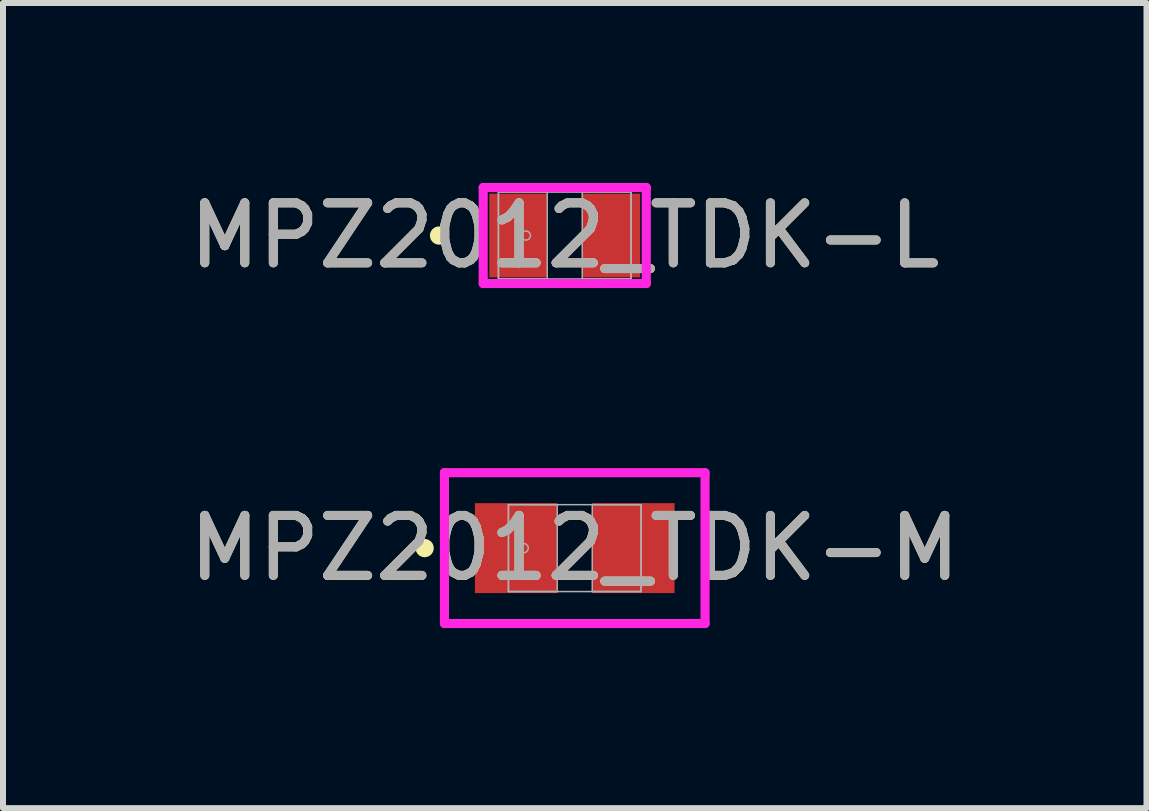
<source format=kicad_pcb>
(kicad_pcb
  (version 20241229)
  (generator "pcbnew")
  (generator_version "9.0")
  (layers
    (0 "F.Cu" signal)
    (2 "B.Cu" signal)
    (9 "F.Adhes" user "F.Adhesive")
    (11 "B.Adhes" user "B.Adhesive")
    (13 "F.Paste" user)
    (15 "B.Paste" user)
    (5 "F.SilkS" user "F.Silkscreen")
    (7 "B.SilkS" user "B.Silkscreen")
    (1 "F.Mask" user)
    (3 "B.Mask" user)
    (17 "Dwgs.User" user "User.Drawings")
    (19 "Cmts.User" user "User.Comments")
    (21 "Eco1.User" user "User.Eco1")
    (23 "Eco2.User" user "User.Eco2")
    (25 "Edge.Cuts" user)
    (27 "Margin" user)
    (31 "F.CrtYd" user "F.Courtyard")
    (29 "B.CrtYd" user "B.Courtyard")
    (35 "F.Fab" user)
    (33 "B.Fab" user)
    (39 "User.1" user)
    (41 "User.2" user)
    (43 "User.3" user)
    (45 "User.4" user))
  (footprint "MPZ2012_TDK-L"
    (layer "F.Cu")
    (at 6.363 0.876)
    (property "Reference" "MPZ2012_TDK-L" (at 0 0 0) (unlocked yes) (layer "F.SilkS") (effects (font (size 1 1) (thickness 0.15))))
    (attr smd)
    (fp_circle (center -2.095 0) (end -2.019 0) (stroke (width 0.152) (type solid)) (fill no) (layer "F.SilkS"))
    (fp_line (start -1.359 -0.8) (end 1.359 -0.8) (stroke (width 0.152) (type solid)) (layer "F.CrtYd"))
    (fp_line (start -1.359 0.8) (end -1.359 -0.8) (stroke (width 0.152) (type solid)) (layer "F.CrtYd"))
    (fp_line (start 1.359 -0.8) (end 1.359 0.8) (stroke (width 0.152) (type solid)) (layer "F.CrtYd"))
    (fp_line (start 1.359 0.8) (end -1.359 0.8) (stroke (width 0.152) (type solid)) (layer "F.CrtYd"))
    (fp_line (start -1.105 -0.724) (end -1.105 0.724) (stroke (width 0.025) (type solid)) (layer "F.Fab"))
    (fp_line (start -1.105 -0.724) (end -1.105 0.724) (stroke (width 0.025) (type solid)) (layer "F.Fab"))
    (fp_line (start -1.105 0.724) (end -0.292 0.724) (stroke (width 0.025) (type solid)) (layer "F.Fab"))
    (fp_line (start -1.105 0.724) (end 1.105 0.724) (stroke (width 0.025) (type solid)) (layer "F.Fab"))
    (fp_line (start -0.292 -0.724) (end -1.105 -0.724) (stroke (width 0.025) (type solid)) (layer "F.Fab"))
    (fp_line (start -0.292 0.724) (end -0.292 -0.724) (stroke (width 0.025) (type solid)) (layer "F.Fab"))
    (fp_line (start 0.292 -0.724) (end 0.292 0.724) (stroke (width 0.025) (type solid)) (layer "F.Fab"))
    (fp_line (start 0.292 0.724) (end 1.105 0.724) (stroke (width 0.025) (type solid)) (layer "F.Fab"))
    (fp_line (start 1.105 -0.724) (end -1.105 -0.724) (stroke (width 0.025) (type solid)) (layer "F.Fab"))
    (fp_line (start 1.105 -0.724) (end 0.292 -0.724) (stroke (width 0.025) (type solid)) (layer "F.Fab"))
    (fp_line (start 1.105 0.724) (end 1.105 -0.724) (stroke (width 0.025) (type solid)) (layer "F.Fab"))
    (fp_line (start 1.105 0.724) (end 1.105 -0.724) (stroke (width 0.025) (type solid)) (layer "F.Fab"))
    (fp_circle (center -0.648 0) (end -0.572 0) (stroke (width 0.025) (type solid)) (fill no) (layer "F.Fab"))
    (fp_text user "${REFERENCE}" (at 0 0 0) (unlocked yes) (layer "F.Fab") (effects (font (size 1 1) (thickness 0.15))))
    (pad "1" smd rect (at -0.775 0) (size 0.965 1.397) (layers "F.Cu" "F.Mask" "F.Paste"))
    (pad "2" smd rect (at 0.775 0) (size 0.965 1.397) (layers "F.Cu" "F.Mask" "F.Paste"))
    (zone (net_name "") (layer "F.Cu") (hatch full 0.508) (connect_pads) (min_thickness 0.254) (filled_areas_thickness no) (keepout (tracks not_allowed) (vias not_allowed) (pads allowed) (copperpour not_allowed) (footprints allowed)) (placement (enabled no)) (fill) (polygon (pts (xy 6.122 0.203) (xy 6.604 0.203) (xy 6.604 1.549) (xy 6.122 1.549)))))
  (footprint "MPZ2012_TDK-M"
    (layer "F.Cu")
    (at 6.53 6.086)
    (property "Reference" "MPZ2012_TDK-M" (at 0 0 0) (unlocked yes) (layer "F.SilkS") (effects (font (size 1 1) (thickness 0.15))))
    (attr smd)
    (fp_circle (center -2.502 0) (end -2.426 0) (stroke (width 0.152) (type solid)) (fill no) (layer "F.SilkS"))
    (fp_line (start -2.172 -1.257) (end 2.172 -1.257) (stroke (width 0.152) (type solid)) (layer "F.CrtYd"))
    (fp_line (start -2.172 1.257) (end -2.172 -1.257) (stroke (width 0.152) (type solid)) (layer "F.CrtYd"))
    (fp_line (start 2.172 -1.257) (end 2.172 1.257) (stroke (width 0.152) (type solid)) (layer "F.CrtYd"))
    (fp_line (start 2.172 1.257) (end -2.172 1.257) (stroke (width 0.152) (type solid)) (layer "F.CrtYd"))
    (fp_line (start -1.105 -0.724) (end -1.105 0.724) (stroke (width 0.025) (type solid)) (layer "F.Fab"))
    (fp_line (start -1.105 -0.724) (end -1.105 0.724) (stroke (width 0.025) (type solid)) (layer "F.Fab"))
    (fp_line (start -1.105 0.724) (end -0.292 0.724) (stroke (width 0.025) (type solid)) (layer "F.Fab"))
    (fp_line (start -1.105 0.724) (end 1.105 0.724) (stroke (width 0.025) (type solid)) (layer "F.Fab"))
    (fp_line (start -0.292 -0.724) (end -1.105 -0.724) (stroke (width 0.025) (type solid)) (layer "F.Fab"))
    (fp_line (start -0.292 0.724) (end -0.292 -0.724) (stroke (width 0.025) (type solid)) (layer "F.Fab"))
    (fp_line (start 0.292 -0.724) (end 0.292 0.724) (stroke (width 0.025) (type solid)) (layer "F.Fab"))
    (fp_line (start 0.292 0.724) (end 1.105 0.724) (stroke (width 0.025) (type solid)) (layer "F.Fab"))
    (fp_line (start 1.105 -0.724) (end -1.105 -0.724) (stroke (width 0.025) (type solid)) (layer "F.Fab"))
    (fp_line (start 1.105 -0.724) (end 0.292 -0.724) (stroke (width 0.025) (type solid)) (layer "F.Fab"))
    (fp_line (start 1.105 0.724) (end 1.105 -0.724) (stroke (width 0.025) (type solid)) (layer "F.Fab"))
    (fp_line (start 1.105 0.724) (end 1.105 -0.724) (stroke (width 0.025) (type solid)) (layer "F.Fab"))
    (fp_circle (center -0.851 0) (end -0.775 0) (stroke (width 0.025) (type solid)) (fill no) (layer "F.Fab"))
    (fp_text user "${REFERENCE}" (at 0 0 0) (unlocked yes) (layer "F.Fab") (effects (font (size 1 1) (thickness 0.15))))
    (pad "1" smd rect (at -0.978 0) (size 1.372 1.499) (layers "F.Cu" "F.Mask" "F.Paste"))
    (pad "2" smd rect (at 0.978 0) (size 1.372 1.499) (layers "F.Cu" "F.Mask" "F.Paste"))
    (zone (net_name "") (layer "F.Cu") (hatch full 0.508) (connect_pads) (min_thickness 0.254) (filled_areas_thickness no) (keepout (tracks not_allowed) (vias not_allowed) (pads allowed) (copperpour not_allowed) (footprints allowed)) (placement (enabled no)) (fill) (polygon (pts (xy 6.288 5.413) (xy 6.771 5.413) (xy 6.771 6.759) (xy 6.288 6.759)))))
  (gr_rect
    (start -3 -3)
    (end 16.06 10.42)
    (stroke (width 0.1) (type default))
    (fill no)
    (layer "Edge.Cuts")))
</source>
